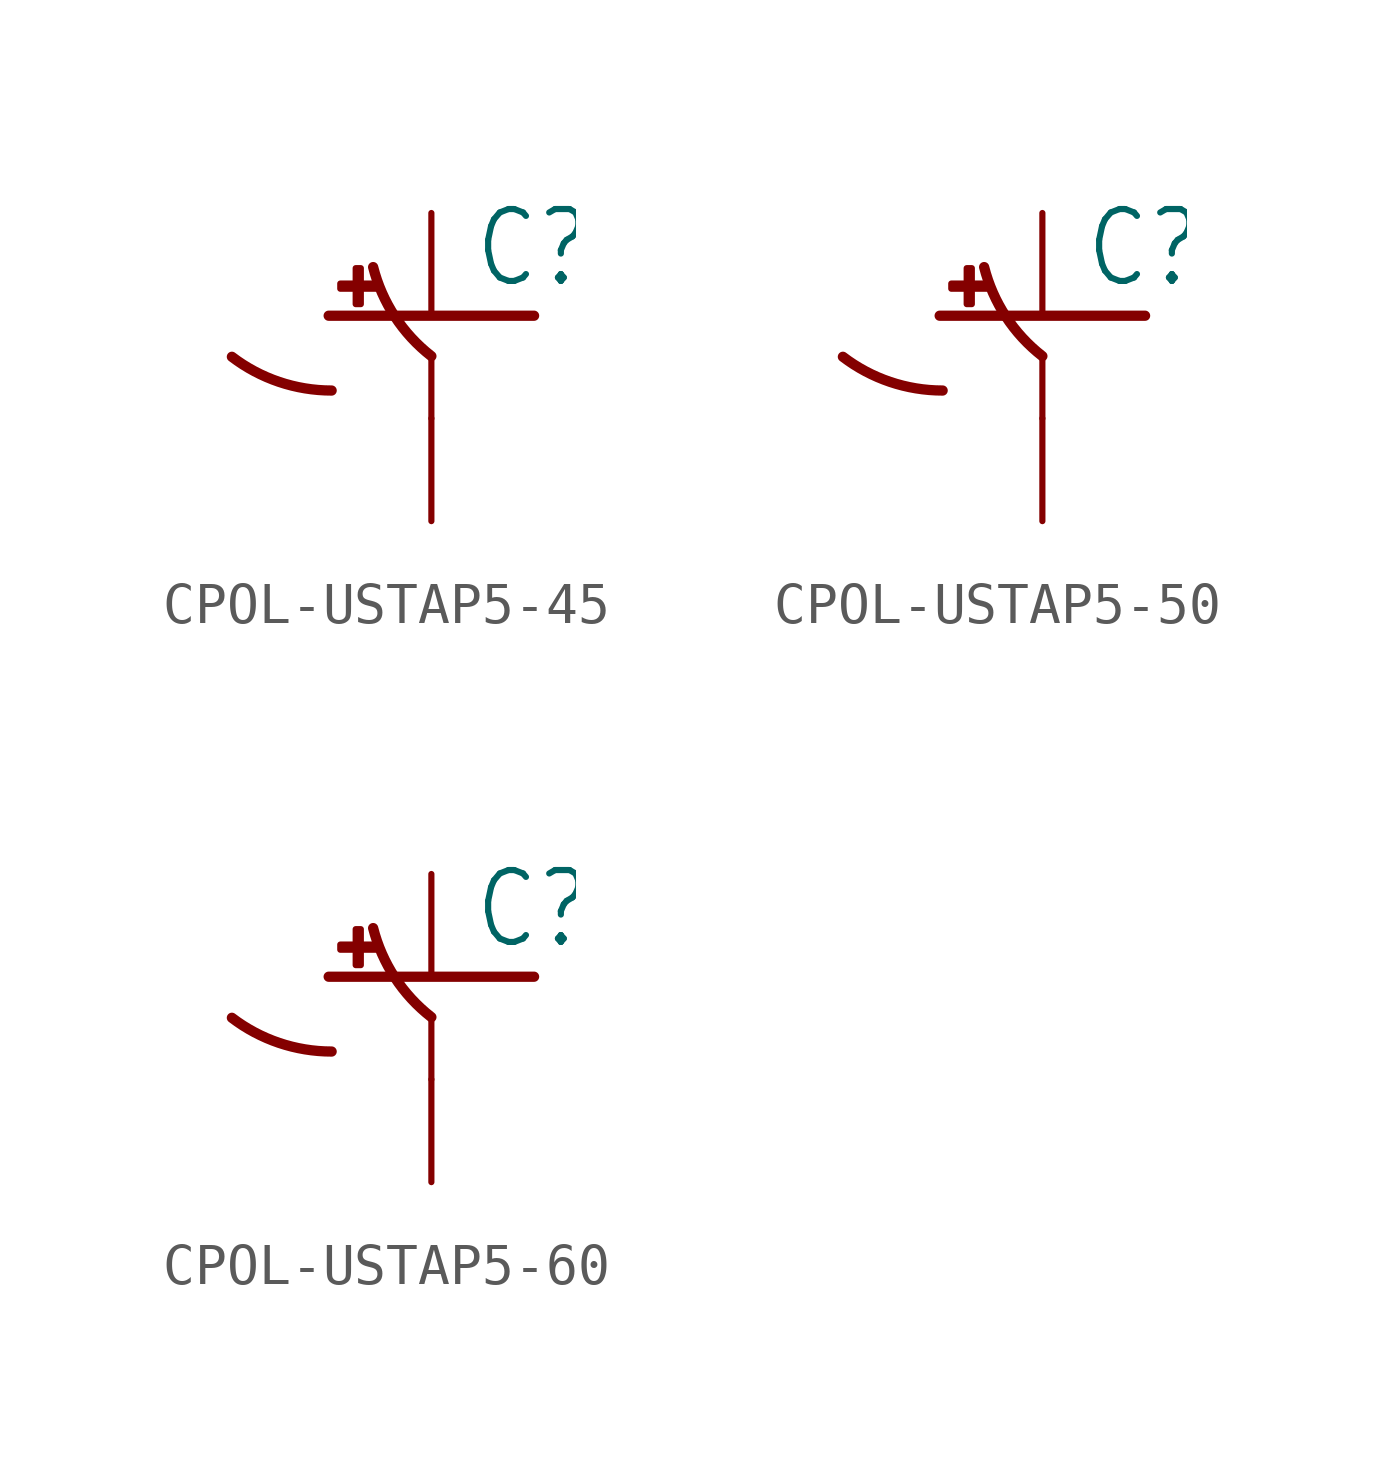
<source format=kicad_sym>
(kicad_symbol_lib
  (version 20241209)
  (generator "kicad_symbol_editor")
  (generator_version "9.0")
  (symbol "CPOL-USTAP5-45"
    (property "Reference" "C"
      (at 1.016 0.635 0)
      (effects (font (size 1.778 1.511)) (justify left bottom)))
    (property "Value" ""
      (at 1.016 -4.191 0)
      (effects (font (size 1.778 1.511)) (justify left bottom)))
    (property "ki_locked" ""
      (at 0 0 0)
      (effects (font (size 1.27 1.27))))
    (symbol "CPOL-USTAP5-45_1_0"
      (polyline (pts (xy -2.54 0) (xy 2.54 0)) (stroke (width 0.254) (type solid)) (fill (type none)))
      (arc (start -2.4669 -1.8504) (mid -3.7689 -1.6361) (end -4.9337 -1.0159) (stroke (width 0.254) (type solid)) (fill (type none)))
      (rectangle (start -2.253 0.668) (end -1.364 0.795) (stroke (width 0) (type default)) (fill (type outline)))
      (rectangle (start -1.872 0.287) (end -1.745 1.176) (stroke (width 0) (type default)) (fill (type outline)))
      (polyline (pts (xy 0 -1.016) (xy 0 -2.54)) (stroke (width 0.152) (type solid)) (fill (type none)))
      (arc (start 0 -1) (mid -0.9038 -0.0189) (end -1.4403 1.2025) (stroke (width 0.254) (type solid)) (fill (type none)))
      (pin passive line (at 0 2.54 270) (length 2.54) (name "+" (effects (font (size 0 0)))) (number "+" (effects (font (size 0 0)))))
      (pin passive line (at 0 -5.08 90) (length 2.54) (name "-" (effects (font (size 0 0)))) (number "-" (effects (font (size 0 0)))))))
  (symbol "CPOL-USTAP5-50"
    (property "Reference" "C"
      (at 1.016 0.635 0)
      (effects (font (size 1.778 1.511)) (justify left bottom)))
    (property "Value" ""
      (at 1.016 -4.191 0)
      (effects (font (size 1.778 1.511)) (justify left bottom)))
    (property "ki_locked" ""
      (at 0 0 0)
      (effects (font (size 1.27 1.27))))
    (symbol "CPOL-USTAP5-50_1_0"
      (polyline (pts (xy -2.54 0) (xy 2.54 0)) (stroke (width 0.254) (type solid)) (fill (type none)))
      (arc (start -2.4669 -1.8504) (mid -3.7689 -1.6361) (end -4.9337 -1.0159) (stroke (width 0.254) (type solid)) (fill (type none)))
      (rectangle (start -2.253 0.668) (end -1.364 0.795) (stroke (width 0) (type default)) (fill (type outline)))
      (rectangle (start -1.872 0.287) (end -1.745 1.176) (stroke (width 0) (type default)) (fill (type outline)))
      (polyline (pts (xy 0 -1.016) (xy 0 -2.54)) (stroke (width 0.152) (type solid)) (fill (type none)))
      (arc (start 0 -1) (mid -0.9038 -0.0189) (end -1.4403 1.2025) (stroke (width 0.254) (type solid)) (fill (type none)))
      (pin passive line (at 0 2.54 270) (length 2.54) (name "+" (effects (font (size 0 0)))) (number "+" (effects (font (size 0 0)))))
      (pin passive line (at 0 -5.08 90) (length 2.54) (name "-" (effects (font (size 0 0)))) (number "-" (effects (font (size 0 0)))))))
  (symbol "CPOL-USTAP5-60"
    (property "Reference" "C"
      (at 1.016 0.635 0)
      (effects (font (size 1.778 1.511)) (justify left bottom)))
    (property "Value" ""
      (at 1.016 -4.191 0)
      (effects (font (size 1.778 1.511)) (justify left bottom)))
    (property "ki_locked" ""
      (at 0 0 0)
      (effects (font (size 1.27 1.27))))
    (symbol "CPOL-USTAP5-60_1_0"
      (polyline (pts (xy -2.54 0) (xy 2.54 0)) (stroke (width 0.254) (type solid)) (fill (type none)))
      (arc (start -2.4669 -1.8504) (mid -3.7689 -1.6361) (end -4.9337 -1.0159) (stroke (width 0.254) (type solid)) (fill (type none)))
      (rectangle (start -2.253 0.668) (end -1.364 0.795) (stroke (width 0) (type default)) (fill (type outline)))
      (rectangle (start -1.872 0.287) (end -1.745 1.176) (stroke (width 0) (type default)) (fill (type outline)))
      (polyline (pts (xy 0 -1.016) (xy 0 -2.54)) (stroke (width 0.152) (type solid)) (fill (type none)))
      (arc (start 0 -1) (mid -0.9038 -0.0189) (end -1.4403 1.2025) (stroke (width 0.254) (type solid)) (fill (type none)))
      (pin passive line (at 0 2.54 270) (length 2.54) (name "+" (effects (font (size 0 0)))) (number "+" (effects (font (size 0 0)))))
      (pin passive line (at 0 -5.08 90) (length 2.54) (name "-" (effects (font (size 0 0)))) (number "-" (effects (font (size 0 0))))))))
</source>
